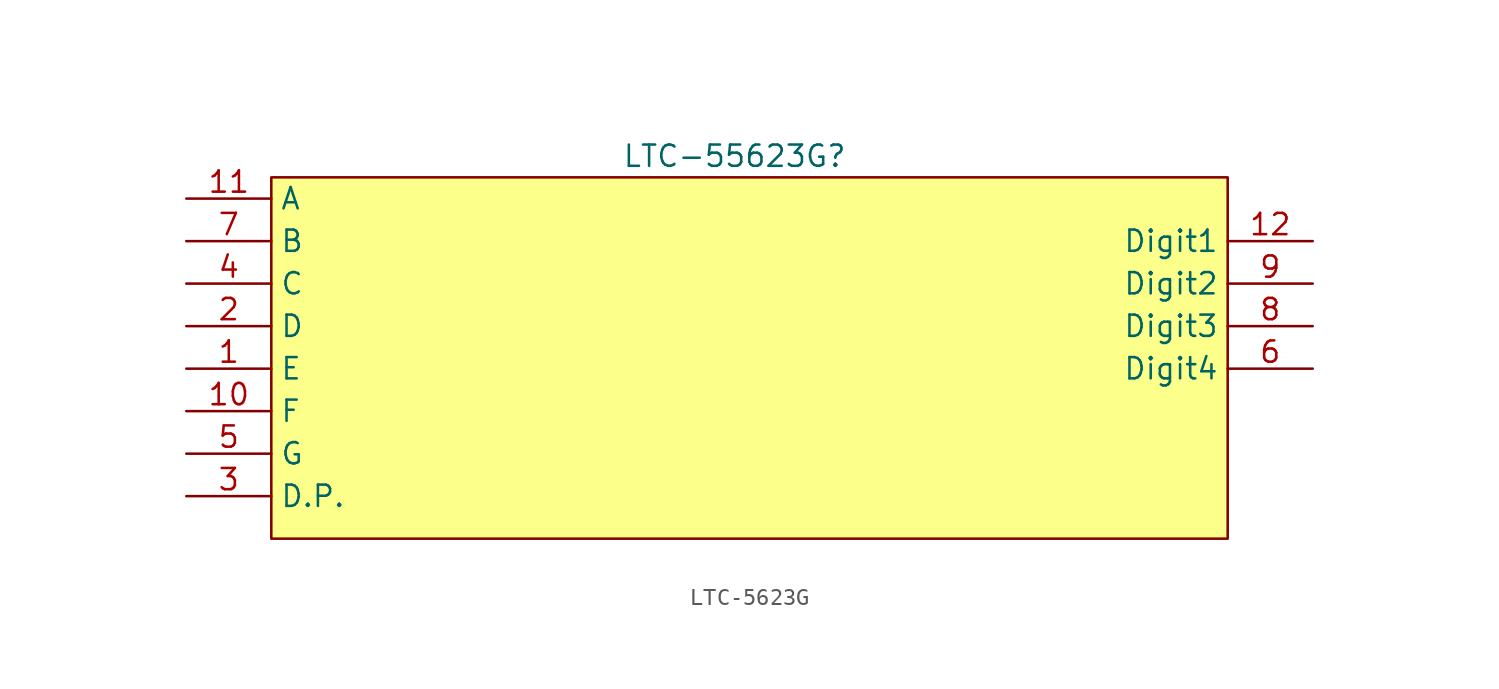
<source format=kicad_sym>
(kicad_symbol_lib
  (version 20241209)
  (generator "kicad_symbol_editor")
  (generator_version "9.0")
  (symbol "LTC-5623G"
    (property "Reference" "LTC-55623G"
      (at -0.254 -2.54 0)
      (effects (font (size 1.27 1.27))))
    (property "Value" ""
      (at 0 0 0)
      (effects (font (size 1.27 1.27))))
    (symbol "LTC-5623G_0_1"
      (rectangle (start -27.94 -3.81) (end 29.21 -25.4) (stroke (width 0) (type default)) (fill (type color) (color 252 255 137 1))))
    (symbol "LTC-5623G_1_1"
      (pin input line (at -33.02 -5.08 0) (length 5.08) (name "A" (effects (font (size 1.27 1.27)))) (number "11" (effects (font (size 1.27 1.27)))))
      (pin input line (at -33.02 -7.62 0) (length 5.08) (name "B" (effects (font (size 1.27 1.27)))) (number "7" (effects (font (size 1.27 1.27)))))
      (pin input line (at -33.02 -10.16 0) (length 5.08) (name "C" (effects (font (size 1.27 1.27)))) (number "4" (effects (font (size 1.27 1.27)))))
      (pin input line (at -33.02 -12.7 0) (length 5.08) (name "D" (effects (font (size 1.27 1.27)))) (number "2" (effects (font (size 1.27 1.27)))))
      (pin input line (at -33.02 -15.24 0) (length 5.08) (name "E" (effects (font (size 1.27 1.27)))) (number "1" (effects (font (size 1.27 1.27)))))
      (pin input line (at -33.02 -17.78 0) (length 5.08) (name "F" (effects (font (size 1.27 1.27)))) (number "10" (effects (font (size 1.27 1.27)))))
      (pin input line (at -33.02 -20.32 0) (length 5.08) (name "G" (effects (font (size 1.27 1.27)))) (number "5" (effects (font (size 1.27 1.27)))))
      (pin input line (at -33.02 -22.86 0) (length 5.08) (name "D.P." (effects (font (size 1.27 1.27)))) (number "3" (effects (font (size 1.27 1.27)))))
      (pin input line (at 34.29 -7.62 180) (length 5.08) (name "Digit1" (effects (font (size 1.27 1.27)))) (number "12" (effects (font (size 1.27 1.27)))))
      (pin input line (at 34.29 -10.16 180) (length 5.08) (name "Digit2" (effects (font (size 1.27 1.27)))) (number "9" (effects (font (size 1.27 1.27)))))
      (pin input line (at 34.29 -12.7 180) (length 5.08) (name "Digit3" (effects (font (size 1.27 1.27)))) (number "8" (effects (font (size 1.27 1.27)))))
      (pin input line (at 34.29 -15.24 180) (length 5.08) (name "Digit4" (effects (font (size 1.27 1.27)))) (number "6" (effects (font (size 1.27 1.27))))))))
</source>
